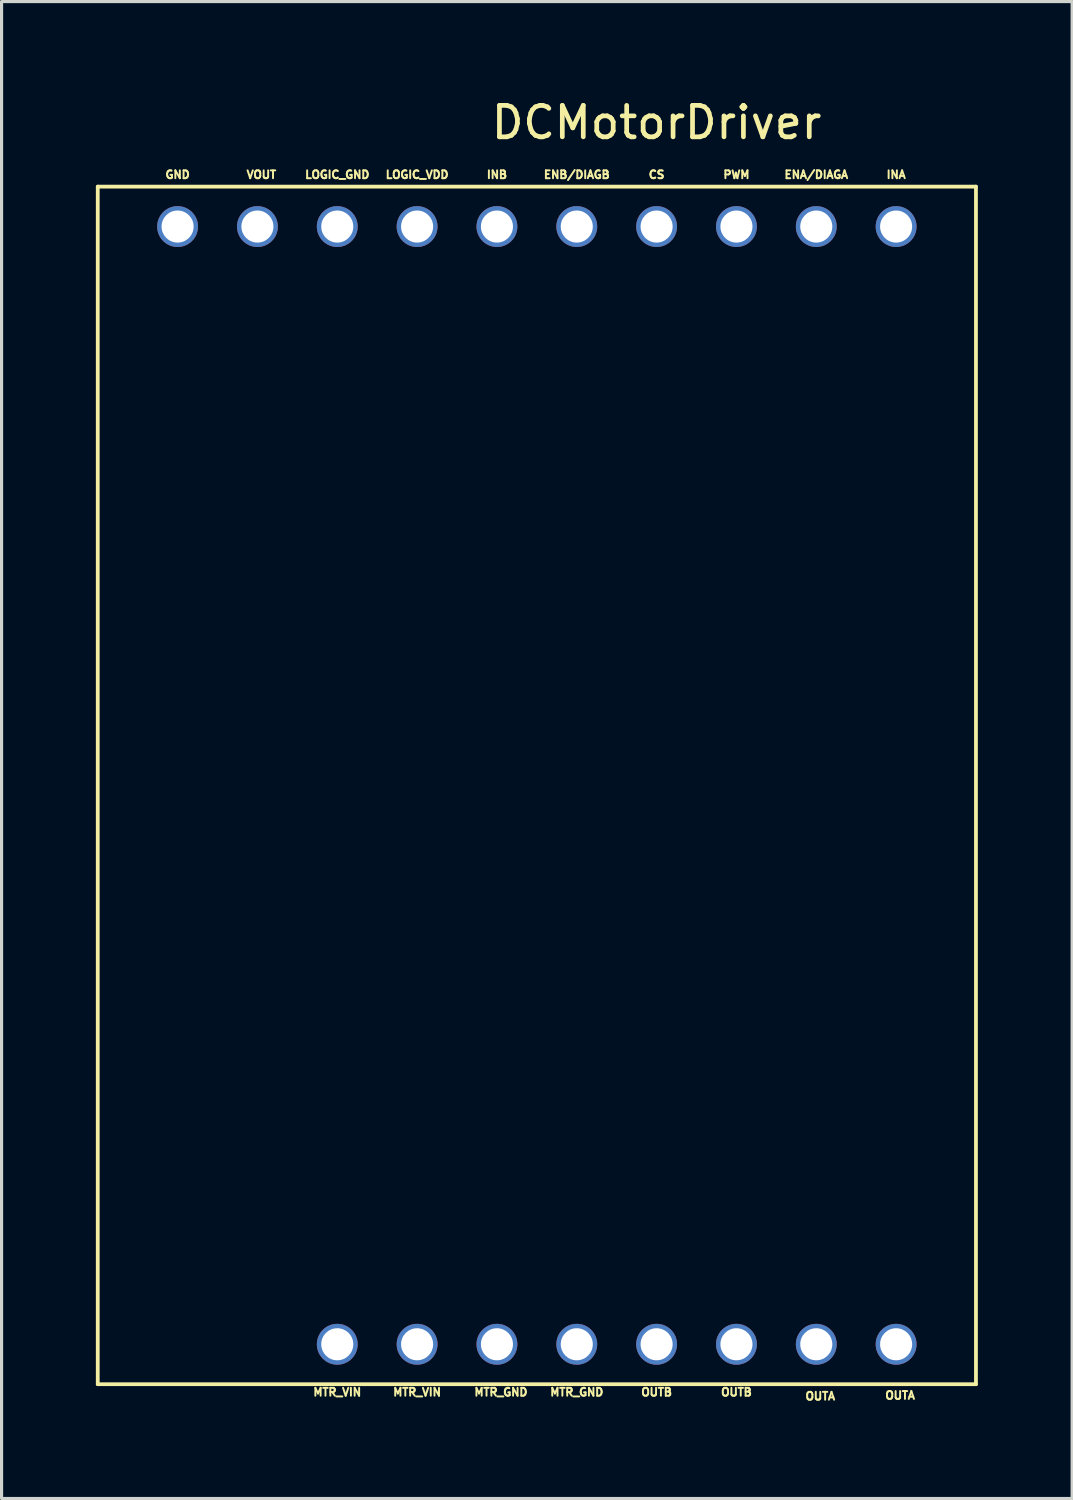
<source format=kicad_pcb>
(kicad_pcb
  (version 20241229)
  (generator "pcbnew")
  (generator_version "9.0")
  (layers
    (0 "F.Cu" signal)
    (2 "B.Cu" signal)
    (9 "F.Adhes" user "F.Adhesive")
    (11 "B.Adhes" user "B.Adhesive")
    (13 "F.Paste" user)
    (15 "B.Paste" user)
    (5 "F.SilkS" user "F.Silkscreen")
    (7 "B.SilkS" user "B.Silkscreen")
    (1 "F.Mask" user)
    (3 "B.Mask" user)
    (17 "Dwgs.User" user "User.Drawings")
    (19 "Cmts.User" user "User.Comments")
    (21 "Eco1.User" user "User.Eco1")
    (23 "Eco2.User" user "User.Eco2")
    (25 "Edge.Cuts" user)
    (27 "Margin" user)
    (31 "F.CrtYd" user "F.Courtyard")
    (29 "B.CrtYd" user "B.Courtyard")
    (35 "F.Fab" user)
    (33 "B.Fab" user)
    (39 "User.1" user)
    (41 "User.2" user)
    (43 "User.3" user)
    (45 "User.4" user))
  (footprint "DCMotorDriver"
    (layer "F.Cu")
    (at 17.84 0.348)
    (property "Reference" "DCMotorDriver" (at 0 0.5 180) (layer "F.SilkS") (effects (font (size 1 1) (thickness 0.15))))
    (attr through_hole)
    (fp_line (start -17.78 2.54) (end 10.16 2.54) (stroke (width 0.12) (type solid)) (layer "F.SilkS"))
    (fp_line (start -17.78 40.64) (end -17.78 2.54) (stroke (width 0.12) (type solid)) (layer "F.SilkS"))
    (fp_line (start 10.16 2.54) (end 10.16 40.64) (stroke (width 0.12) (type solid)) (layer "F.SilkS"))
    (fp_line (start 10.16 40.64) (end -17.78 40.64) (stroke (width 0.12) (type solid)) (layer "F.SilkS"))
    (fp_text user "LOGIC_GND" (at -10.16 2.159 0) (unlocked yes) (layer "F.SilkS") (effects (font (size 0.25 0.25) (thickness 0.062))))
    (fp_text user "MTR_VIN" (at -7.62 40.894 0) (unlocked yes) (layer "F.SilkS") (effects (font (size 0.25 0.25) (thickness 0.062))))
    (fp_text user "PWM" (at 2.54 2.159 0) (unlocked yes) (layer "F.SilkS") (effects (font (size 0.25 0.25) (thickness 0.062))))
    (fp_text user "ENA/DIAGA" (at 5.08 2.159 0) (unlocked yes) (layer "F.SilkS") (effects (font (size 0.25 0.25) (thickness 0.062))))
    (fp_text user "INA" (at 7.62 2.159 0) (unlocked yes) (layer "F.SilkS") (effects (font (size 0.25 0.25) (thickness 0.062))))
    (fp_text user "OUTA" (at 5.207 41.021 0) (unlocked yes) (layer "F.SilkS") (effects (font (size 0.25 0.25) (thickness 0.062))))
    (fp_text user "ENB/DIAGB" (at -2.54 2.159 0) (unlocked yes) (layer "F.SilkS") (effects (font (size 0.25 0.25) (thickness 0.062))))
    (fp_text user "CS" (at 0 2.159 0) (unlocked yes) (layer "F.SilkS") (effects (font (size 0.25 0.25) (thickness 0.062))))
    (fp_text user "MTR_VIN" (at -10.16 40.894 0) (unlocked yes) (layer "F.SilkS") (effects (font (size 0.25 0.25) (thickness 0.062))))
    (fp_text user "MTR_GND" (at -4.953 40.894 0) (unlocked yes) (layer "F.SilkS") (effects (font (size 0.25 0.25) (thickness 0.062))))
    (fp_text user "MTR_GND" (at -2.54 40.894 0) (unlocked yes) (layer "F.SilkS") (effects (font (size 0.25 0.25) (thickness 0.062))))
    (fp_text user "GND" (at -15.24 2.159 0) (unlocked yes) (layer "F.SilkS") (effects (font (size 0.25 0.25) (thickness 0.062))))
    (fp_text user "VOUT" (at -12.573 2.159 0) (unlocked yes) (layer "F.SilkS") (effects (font (size 0.25 0.25) (thickness 0.062))))
    (fp_text user "LOGIC_VDD" (at -7.62 2.159 0) (unlocked yes) (layer "F.SilkS") (effects (font (size 0.25 0.25) (thickness 0.062))))
    (fp_text user "OUTA" (at 7.747 40.996 0) (unlocked yes) (layer "F.SilkS") (effects (font (size 0.25 0.25) (thickness 0.062))))
    (fp_text user "INB" (at -5.08 2.159 0) (unlocked yes) (layer "F.SilkS") (effects (font (size 0.25 0.25) (thickness 0.062))))
    (fp_text user "OUTB" (at 0 40.894 0) (unlocked yes) (layer "F.SilkS") (effects (font (size 0.25 0.25) (thickness 0.062))))
    (fp_text user "OUTB" (at 2.54 40.894 0) (unlocked yes) (layer "F.SilkS") (effects (font (size 0.25 0.25) (thickness 0.062))))
    (pad "1" thru_hole circle (at 7.62 3.81) (size 1.3 1.3) (drill 1.02) (layers "*.Cu" "*.Mask"))
    (pad "2" thru_hole circle (at 5.08 3.81) (size 1.3 1.3) (drill 1.02) (layers "*.Cu" "*.Mask"))
    (pad "3" thru_hole circle (at 2.54 3.81) (size 1.3 1.3) (drill 1.02) (layers "*.Cu" "*.Mask"))
    (pad "4" thru_hole circle (at 0 3.81) (size 1.3 1.3) (drill 1.02) (layers "*.Cu" "*.Mask"))
    (pad "5" thru_hole circle (at -2.54 3.81) (size 1.3 1.3) (drill 1.02) (layers "*.Cu" "*.Mask"))
    (pad "6" thru_hole circle (at -5.08 3.81) (size 1.3 1.3) (drill 1.02) (layers "*.Cu" "*.Mask"))
    (pad "7" thru_hole circle (at -7.62 3.81) (size 1.3 1.3) (drill 1.02) (layers "*.Cu" "*.Mask"))
    (pad "8" thru_hole circle (at -10.16 3.81) (size 1.3 1.3) (drill 1.02) (layers "*.Cu" "*.Mask"))
    (pad "9" thru_hole circle (at -12.7 3.81) (size 1.3 1.3) (drill 1.02) (layers "*.Cu" "*.Mask"))
    (pad "10" thru_hole circle (at -15.24 3.81) (size 1.3 1.3) (drill 1.02) (layers "*.Cu" "*.Mask"))
    (pad "11" thru_hole circle (at 5.08 39.37 270) (size 1.3 1.3) (drill 1.02) (layers "*.Cu" "*.Mask"))
    (pad "11" thru_hole circle (at 7.62 39.37 270) (size 1.3 1.3) (drill 1.02) (layers "*.Cu" "*.Mask"))
    (pad "12" thru_hole circle (at 0 39.37 270) (size 1.3 1.3) (drill 1.02) (layers "*.Cu" "*.Mask"))
    (pad "12" thru_hole circle (at 2.54 39.37 270) (size 1.3 1.3) (drill 1.02) (layers "*.Cu" "*.Mask"))
    (pad "13" thru_hole circle (at -5.08 39.37 270) (size 1.3 1.3) (drill 1.02) (layers "*.Cu" "*.Mask"))
    (pad "13" thru_hole circle (at -2.54 39.37 270) (size 1.3 1.3) (drill 1.02) (layers "*.Cu" "*.Mask"))
    (pad "14" thru_hole circle (at -10.16 39.37 270) (size 1.3 1.3) (drill 1.02) (layers "*.Cu" "*.Mask"))
    (pad "14" thru_hole circle (at -7.62 39.37 270) (size 1.3 1.3) (drill 1.02) (layers "*.Cu" "*.Mask")))
  (gr_rect
    (start -3 -3)
    (end 31.06 44.625)
    (stroke (width 0.1) (type default))
    (fill no)
    (layer "Edge.Cuts")))
</source>
